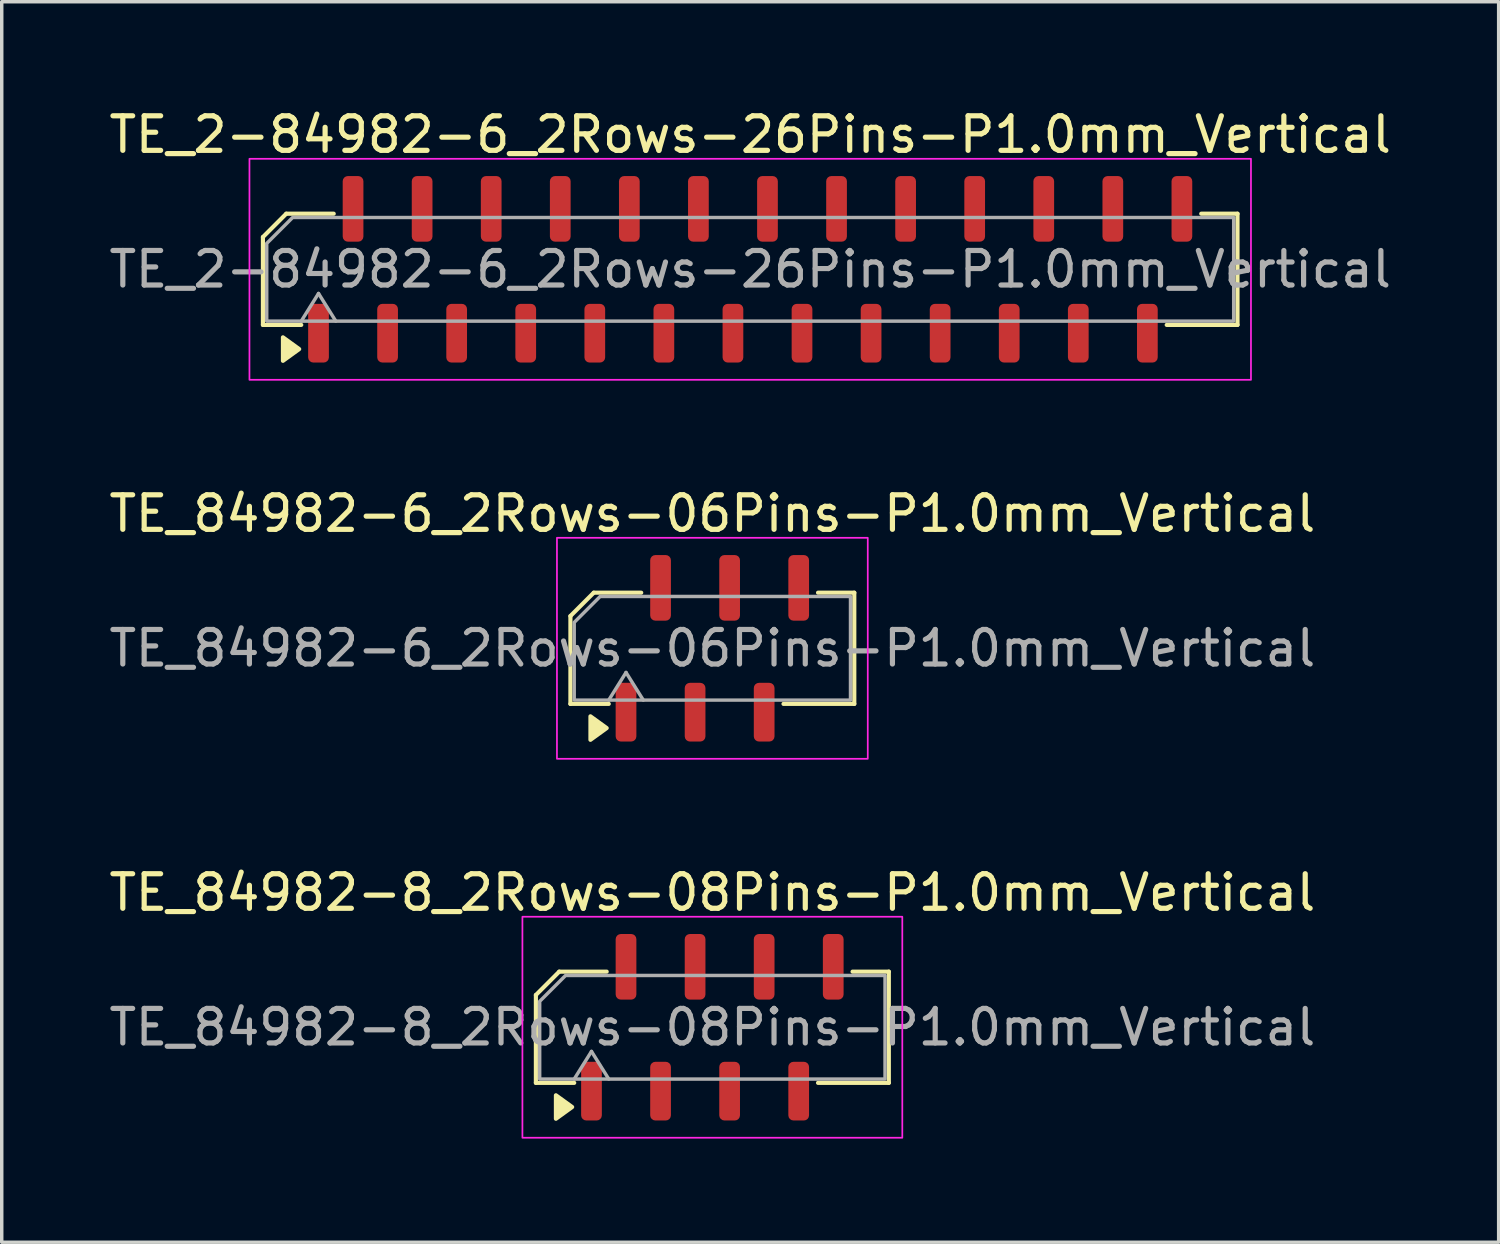
<source format=kicad_pcb>
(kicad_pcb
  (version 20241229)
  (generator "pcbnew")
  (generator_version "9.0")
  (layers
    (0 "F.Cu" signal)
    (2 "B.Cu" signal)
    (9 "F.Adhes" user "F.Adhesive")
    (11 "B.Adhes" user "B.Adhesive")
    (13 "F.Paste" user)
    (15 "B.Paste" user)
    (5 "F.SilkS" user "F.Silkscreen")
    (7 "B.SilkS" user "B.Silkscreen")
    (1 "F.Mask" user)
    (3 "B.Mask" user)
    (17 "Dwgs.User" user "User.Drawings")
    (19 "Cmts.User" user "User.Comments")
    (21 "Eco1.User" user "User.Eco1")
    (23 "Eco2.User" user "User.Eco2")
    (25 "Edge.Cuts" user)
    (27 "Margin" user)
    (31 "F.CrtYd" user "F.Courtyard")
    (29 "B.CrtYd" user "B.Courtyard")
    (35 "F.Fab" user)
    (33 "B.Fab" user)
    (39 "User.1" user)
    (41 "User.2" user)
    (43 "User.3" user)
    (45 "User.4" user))
  (footprint "TE_84982-6_2Rows-06Pins-P1.0mm_Vertical"
    (layer "F.Cu")
    (at 17.577 15.722)
    (property "Reference" "TE_84982-6_2Rows-06Pins-P1.0mm_Vertical" (at 0 -3.9 0) (layer "F.SilkS") (effects (font (size 1 1) (thickness 0.15))))
    (attr smd)
    (fp_line (start -4.11 -0.934) (end -4.11 1.61) (stroke (width 0.12) (type solid)) (layer "F.SilkS"))
    (fp_line (start -4.11 1.61) (end -3 1.61) (stroke (width 0.12) (type solid)) (layer "F.SilkS"))
    (fp_line (start -3.434 -1.61) (end -4.11 -0.934) (stroke (width 0.12) (type solid)) (layer "F.SilkS"))
    (fp_line (start -2.06 -1.61) (end -3.434 -1.61) (stroke (width 0.12) (type solid)) (layer "F.SilkS"))
    (fp_line (start 2.06 1.61) (end 4.11 1.61) (stroke (width 0.12) (type solid)) (layer "F.SilkS"))
    (fp_line (start 4.11 -1.61) (end 3.06 -1.61) (stroke (width 0.12) (type solid)) (layer "F.SilkS"))
    (fp_line (start 4.11 1.61) (end 4.11 -1.61) (stroke (width 0.12) (type solid)) (layer "F.SilkS"))
    (fp_poly (pts (xy -3.06 2.31) (xy -3.53 2.65) (xy -3.53 1.97)) (stroke (width 0.12) (type solid)) (fill yes) (layer "F.SilkS"))
    (fp_rect (start -4.5 3.2) (end 4.5 -3.2) (stroke (width 0.05) (type solid)) (fill no) (layer "F.CrtYd"))
    (fp_line (start -3 1.5) (end -2.5 0.7) (stroke (width 0.1) (type solid)) (layer "F.Fab"))
    (fp_line (start -2.5 0.7) (end -2 1.5) (stroke (width 0.1) (type solid)) (layer "F.Fab"))
    (fp_poly (pts (xy -4 -0.75) (xy -4 1.5) (xy 4 1.5) (xy 4 -1.5) (xy -3.25 -1.5)) (stroke (width 0.1) (type solid)) (fill no) (layer "F.Fab"))
    (fp_text user "${REFERENCE}" (at 0 0 0) (layer "F.Fab") (effects (font (size 1 1) (thickness 0.15))))
    (pad "1" smd roundrect (at -2.5 1.85) (size 0.6 1.7) (layers "F.Cu" "F.Mask" "F.Paste") (roundrect_rratio 0.25))
    (pad "2" smd roundrect (at -1.5 -1.75) (size 0.6 1.9) (layers "F.Cu" "F.Mask" "F.Paste") (roundrect_rratio 0.25))
    (pad "3" smd roundrect (at -0.5 1.85) (size 0.6 1.7) (layers "F.Cu" "F.Mask" "F.Paste") (roundrect_rratio 0.25))
    (pad "4" smd roundrect (at 0.5 -1.75) (size 0.6 1.9) (layers "F.Cu" "F.Mask" "F.Paste") (roundrect_rratio 0.25))
    (pad "5" smd roundrect (at 1.5 1.85) (size 0.6 1.7) (layers "F.Cu" "F.Mask" "F.Paste") (roundrect_rratio 0.25))
    (pad "6" smd roundrect (at 2.5 -1.75) (size 0.6 1.9) (layers "F.Cu" "F.Mask" "F.Paste") (roundrect_rratio 0.25)))
  (footprint "TE_2-84982-6_2Rows-26Pins-P1.0mm_Vertical"
    (layer "F.Cu")
    (at 18.673 4.748)
    (property "Reference" "TE_2-84982-6_2Rows-26Pins-P1.0mm_Vertical" (at 0 -3.9 0) (layer "F.SilkS") (effects (font (size 1 1) (thickness 0.15))))
    (attr smd)
    (fp_line (start -14.11 -0.934) (end -14.11 1.61) (stroke (width 0.12) (type solid)) (layer "F.SilkS"))
    (fp_line (start -14.11 1.61) (end -13 1.61) (stroke (width 0.12) (type solid)) (layer "F.SilkS"))
    (fp_line (start -13.434 -1.61) (end -14.11 -0.934) (stroke (width 0.12) (type solid)) (layer "F.SilkS"))
    (fp_line (start -12.06 -1.61) (end -13.434 -1.61) (stroke (width 0.12) (type solid)) (layer "F.SilkS"))
    (fp_line (start 12.06 1.61) (end 14.11 1.61) (stroke (width 0.12) (type solid)) (layer "F.SilkS"))
    (fp_line (start 14.11 -1.61) (end 13.06 -1.61) (stroke (width 0.12) (type solid)) (layer "F.SilkS"))
    (fp_line (start 14.11 1.61) (end 14.11 -1.61) (stroke (width 0.12) (type solid)) (layer "F.SilkS"))
    (fp_poly (pts (xy -13.06 2.31) (xy -13.53 2.65) (xy -13.53 1.97)) (stroke (width 0.12) (type solid)) (fill yes) (layer "F.SilkS"))
    (fp_rect (start -14.5 3.2) (end 14.5 -3.2) (stroke (width 0.05) (type solid)) (fill no) (layer "F.CrtYd"))
    (fp_line (start -13 1.5) (end -12.5 0.7) (stroke (width 0.1) (type solid)) (layer "F.Fab"))
    (fp_line (start -12.5 0.7) (end -12 1.5) (stroke (width 0.1) (type solid)) (layer "F.Fab"))
    (fp_poly (pts (xy -14 -0.75) (xy -14 1.5) (xy 14 1.5) (xy 14 -1.5) (xy -13.25 -1.5)) (stroke (width 0.1) (type solid)) (fill no) (layer "F.Fab"))
    (fp_text user "${REFERENCE}" (at 0 0 0) (layer "F.Fab") (effects (font (size 1 1) (thickness 0.15))))
    (pad "1" smd roundrect (at -12.5 1.85) (size 0.6 1.7) (layers "F.Cu" "F.Mask" "F.Paste") (roundrect_rratio 0.25))
    (pad "2" smd roundrect (at -11.5 -1.75) (size 0.6 1.9) (layers "F.Cu" "F.Mask" "F.Paste") (roundrect_rratio 0.25))
    (pad "3" smd roundrect (at -10.5 1.85) (size 0.6 1.7) (layers "F.Cu" "F.Mask" "F.Paste") (roundrect_rratio 0.25))
    (pad "4" smd roundrect (at -9.5 -1.75) (size 0.6 1.9) (layers "F.Cu" "F.Mask" "F.Paste") (roundrect_rratio 0.25))
    (pad "5" smd roundrect (at -8.5 1.85) (size 0.6 1.7) (layers "F.Cu" "F.Mask" "F.Paste") (roundrect_rratio 0.25))
    (pad "6" smd roundrect (at -7.5 -1.75) (size 0.6 1.9) (layers "F.Cu" "F.Mask" "F.Paste") (roundrect_rratio 0.25))
    (pad "7" smd roundrect (at -6.5 1.85) (size 0.6 1.7) (layers "F.Cu" "F.Mask" "F.Paste") (roundrect_rratio 0.25))
    (pad "8" smd roundrect (at -5.5 -1.75) (size 0.6 1.9) (layers "F.Cu" "F.Mask" "F.Paste") (roundrect_rratio 0.25))
    (pad "9" smd roundrect (at -4.5 1.85) (size 0.6 1.7) (layers "F.Cu" "F.Mask" "F.Paste") (roundrect_rratio 0.25))
    (pad "10" smd roundrect (at -3.5 -1.75) (size 0.6 1.9) (layers "F.Cu" "F.Mask" "F.Paste") (roundrect_rratio 0.25))
    (pad "11" smd roundrect (at -2.5 1.85) (size 0.6 1.7) (layers "F.Cu" "F.Mask" "F.Paste") (roundrect_rratio 0.25))
    (pad "12" smd roundrect (at -1.5 -1.75) (size 0.6 1.9) (layers "F.Cu" "F.Mask" "F.Paste") (roundrect_rratio 0.25))
    (pad "13" smd roundrect (at -0.5 1.85) (size 0.6 1.7) (layers "F.Cu" "F.Mask" "F.Paste") (roundrect_rratio 0.25))
    (pad "14" smd roundrect (at 0.5 -1.75) (size 0.6 1.9) (layers "F.Cu" "F.Mask" "F.Paste") (roundrect_rratio 0.25))
    (pad "15" smd roundrect (at 1.5 1.85) (size 0.6 1.7) (layers "F.Cu" "F.Mask" "F.Paste") (roundrect_rratio 0.25))
    (pad "16" smd roundrect (at 2.5 -1.75) (size 0.6 1.9) (layers "F.Cu" "F.Mask" "F.Paste") (roundrect_rratio 0.25))
    (pad "17" smd roundrect (at 3.5 1.85) (size 0.6 1.7) (layers "F.Cu" "F.Mask" "F.Paste") (roundrect_rratio 0.25))
    (pad "18" smd roundrect (at 4.5 -1.75) (size 0.6 1.9) (layers "F.Cu" "F.Mask" "F.Paste") (roundrect_rratio 0.25))
    (pad "19" smd roundrect (at 5.5 1.85) (size 0.6 1.7) (layers "F.Cu" "F.Mask" "F.Paste") (roundrect_rratio 0.25))
    (pad "20" smd roundrect (at 6.5 -1.75) (size 0.6 1.9) (layers "F.Cu" "F.Mask" "F.Paste") (roundrect_rratio 0.25))
    (pad "21" smd roundrect (at 7.5 1.85) (size 0.6 1.7) (layers "F.Cu" "F.Mask" "F.Paste") (roundrect_rratio 0.25))
    (pad "22" smd roundrect (at 8.5 -1.75) (size 0.6 1.9) (layers "F.Cu" "F.Mask" "F.Paste") (roundrect_rratio 0.25))
    (pad "23" smd roundrect (at 9.5 1.85) (size 0.6 1.7) (layers "F.Cu" "F.Mask" "F.Paste") (roundrect_rratio 0.25))
    (pad "24" smd roundrect (at 10.5 -1.75) (size 0.6 1.9) (layers "F.Cu" "F.Mask" "F.Paste") (roundrect_rratio 0.25))
    (pad "25" smd roundrect (at 11.5 1.85) (size 0.6 1.7) (layers "F.Cu" "F.Mask" "F.Paste") (roundrect_rratio 0.25))
    (pad "26" smd roundrect (at 12.5 -1.75) (size 0.6 1.9) (layers "F.Cu" "F.Mask" "F.Paste") (roundrect_rratio 0.25)))
  (footprint "TE_84982-8_2Rows-08Pins-P1.0mm_Vertical"
    (layer "F.Cu")
    (at 17.577 26.695)
    (property "Reference" "TE_84982-8_2Rows-08Pins-P1.0mm_Vertical" (at 0 -3.9 0) (layer "F.SilkS") (effects (font (size 1 1) (thickness 0.15))))
    (attr smd)
    (fp_line (start -5.11 -0.934) (end -5.11 1.61) (stroke (width 0.12) (type solid)) (layer "F.SilkS"))
    (fp_line (start -5.11 1.61) (end -4 1.61) (stroke (width 0.12) (type solid)) (layer "F.SilkS"))
    (fp_line (start -4.434 -1.61) (end -5.11 -0.934) (stroke (width 0.12) (type solid)) (layer "F.SilkS"))
    (fp_line (start -3.06 -1.61) (end -4.434 -1.61) (stroke (width 0.12) (type solid)) (layer "F.SilkS"))
    (fp_line (start 3.06 1.61) (end 5.11 1.61) (stroke (width 0.12) (type solid)) (layer "F.SilkS"))
    (fp_line (start 5.11 -1.61) (end 4.06 -1.61) (stroke (width 0.12) (type solid)) (layer "F.SilkS"))
    (fp_line (start 5.11 1.61) (end 5.11 -1.61) (stroke (width 0.12) (type solid)) (layer "F.SilkS"))
    (fp_poly (pts (xy -4.06 2.31) (xy -4.53 2.65) (xy -4.53 1.97)) (stroke (width 0.12) (type solid)) (fill yes) (layer "F.SilkS"))
    (fp_rect (start -5.5 3.2) (end 5.5 -3.2) (stroke (width 0.05) (type solid)) (fill no) (layer "F.CrtYd"))
    (fp_line (start -4 1.5) (end -3.5 0.7) (stroke (width 0.1) (type solid)) (layer "F.Fab"))
    (fp_line (start -3.5 0.7) (end -3 1.5) (stroke (width 0.1) (type solid)) (layer "F.Fab"))
    (fp_poly (pts (xy -5 -0.75) (xy -5 1.5) (xy 5 1.5) (xy 5 -1.5) (xy -4.25 -1.5)) (stroke (width 0.1) (type solid)) (fill no) (layer "F.Fab"))
    (fp_text user "${REFERENCE}" (at 0 0 0) (layer "F.Fab") (effects (font (size 1 1) (thickness 0.15))))
    (pad "1" smd roundrect (at -3.5 1.85) (size 0.6 1.7) (layers "F.Cu" "F.Mask" "F.Paste") (roundrect_rratio 0.25))
    (pad "2" smd roundrect (at -2.5 -1.75) (size 0.6 1.9) (layers "F.Cu" "F.Mask" "F.Paste") (roundrect_rratio 0.25))
    (pad "3" smd roundrect (at -1.5 1.85) (size 0.6 1.7) (layers "F.Cu" "F.Mask" "F.Paste") (roundrect_rratio 0.25))
    (pad "4" smd roundrect (at -0.5 -1.75) (size 0.6 1.9) (layers "F.Cu" "F.Mask" "F.Paste") (roundrect_rratio 0.25))
    (pad "5" smd roundrect (at 0.5 1.85) (size 0.6 1.7) (layers "F.Cu" "F.Mask" "F.Paste") (roundrect_rratio 0.25))
    (pad "6" smd roundrect (at 1.5 -1.75) (size 0.6 1.9) (layers "F.Cu" "F.Mask" "F.Paste") (roundrect_rratio 0.25))
    (pad "7" smd roundrect (at 2.5 1.85) (size 0.6 1.7) (layers "F.Cu" "F.Mask" "F.Paste") (roundrect_rratio 0.25))
    (pad "8" smd roundrect (at 3.5 -1.75) (size 0.6 1.9) (layers "F.Cu" "F.Mask" "F.Paste") (roundrect_rratio 0.25)))
  (gr_rect
    (start -3 -3)
    (end 40.345 32.92)
    (stroke (width 0.1) (type default))
    (fill no)
    (layer "Edge.Cuts")))
</source>
